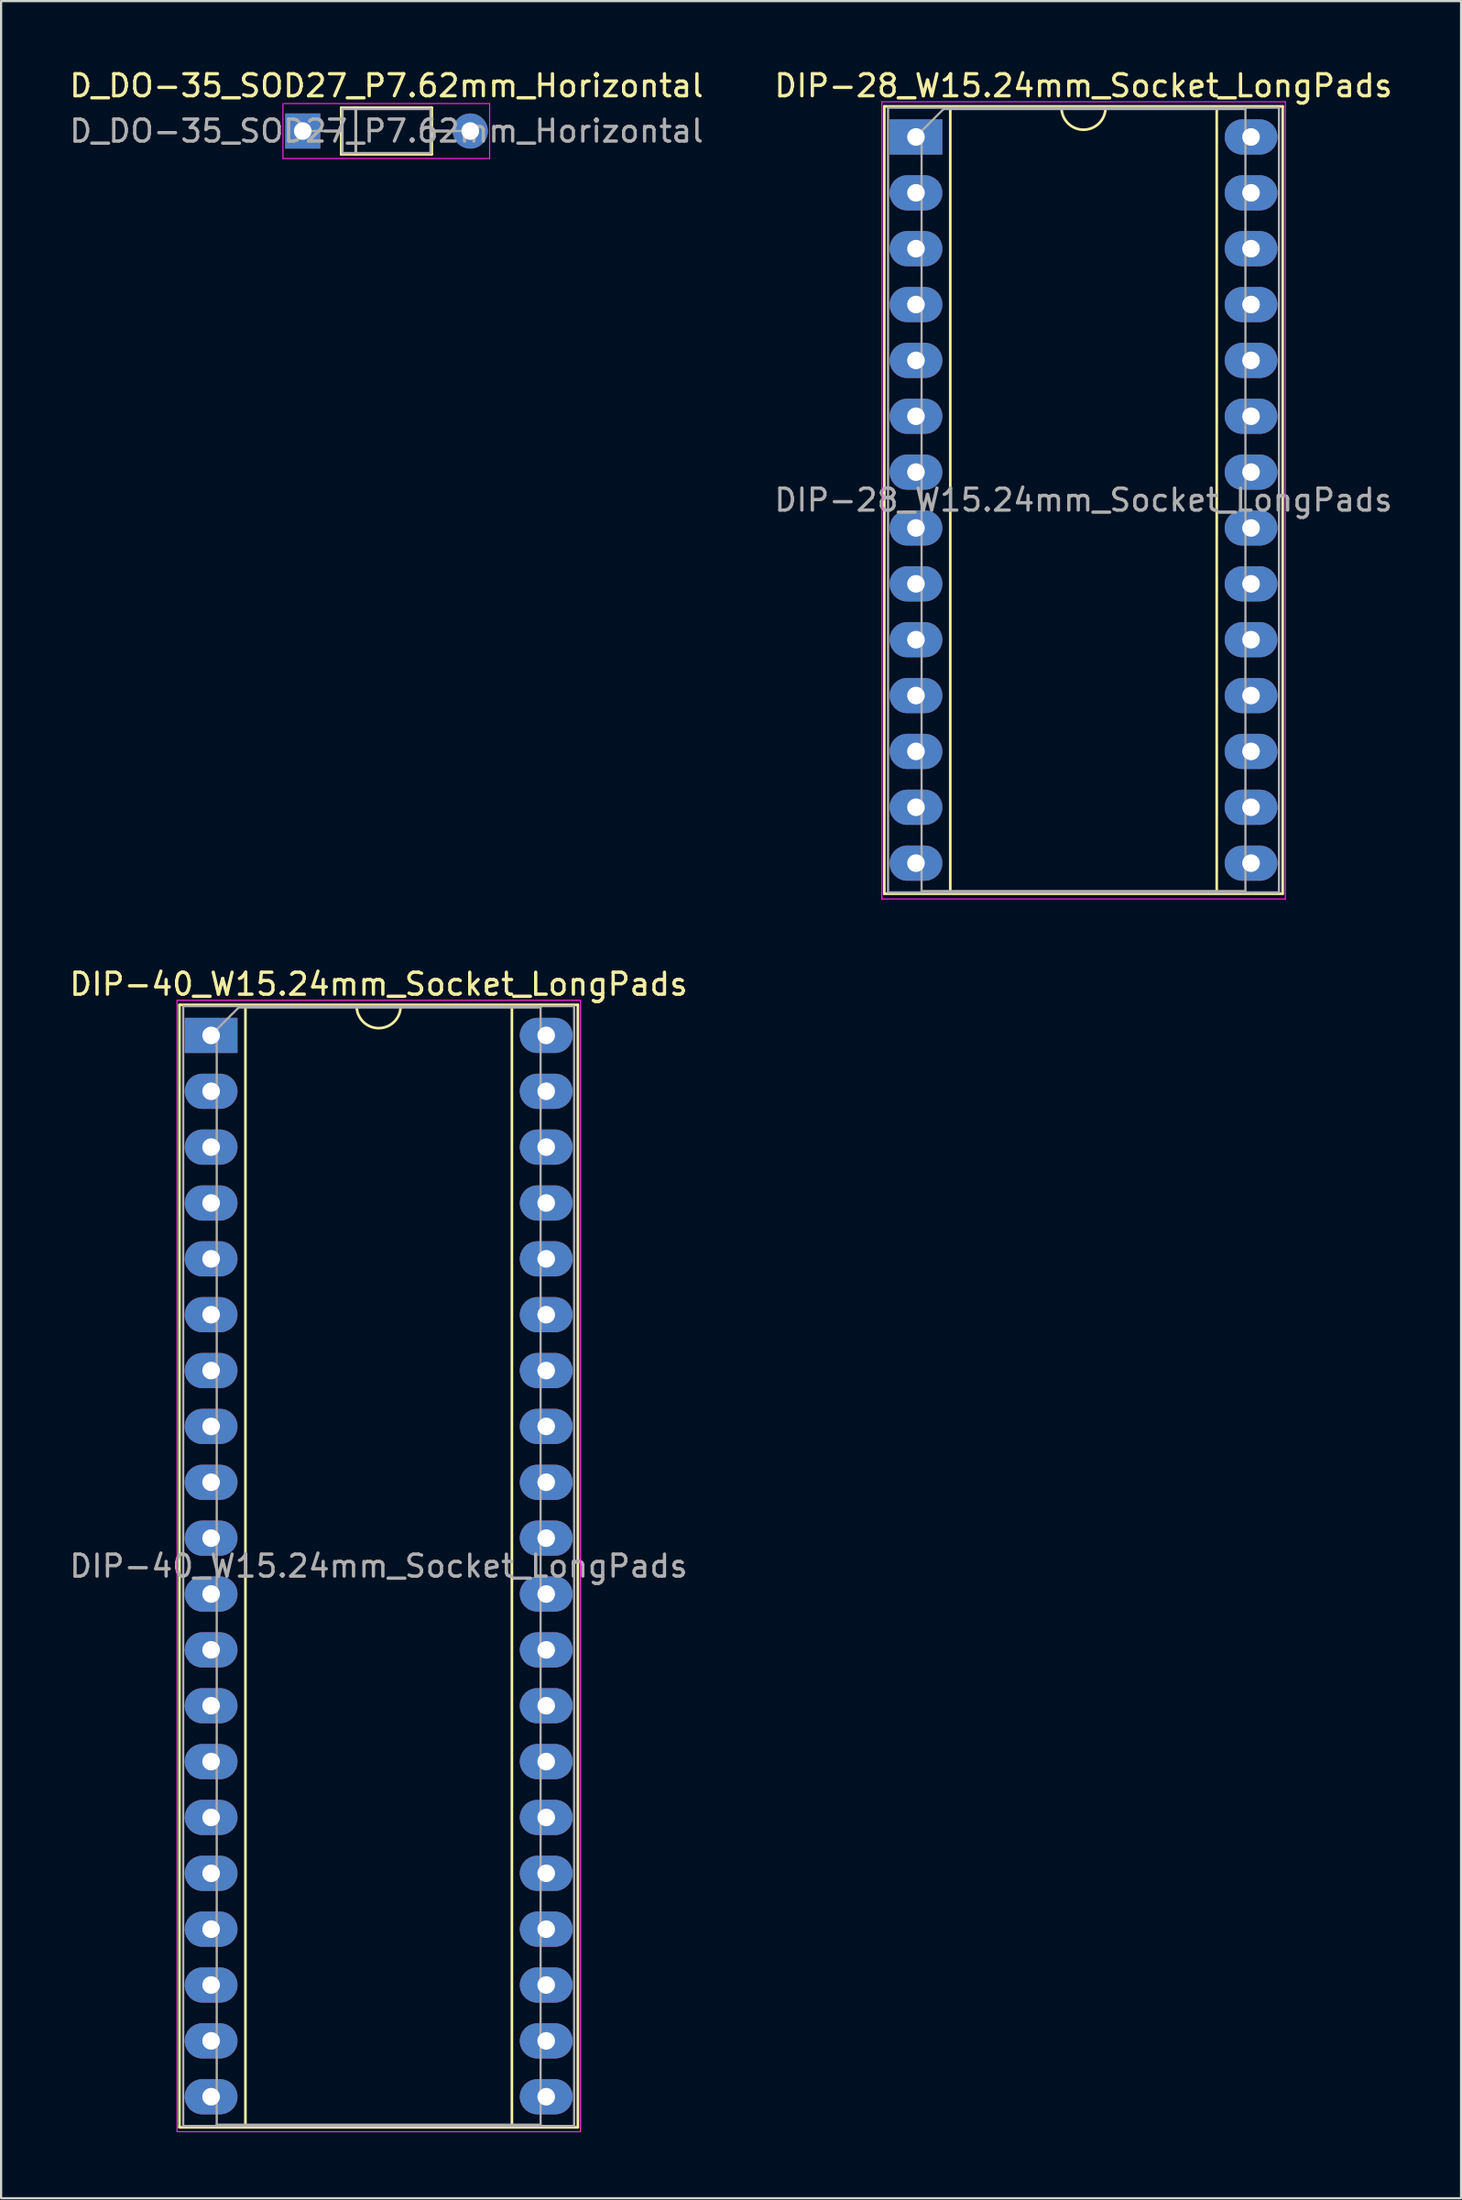
<source format=kicad_pcb>
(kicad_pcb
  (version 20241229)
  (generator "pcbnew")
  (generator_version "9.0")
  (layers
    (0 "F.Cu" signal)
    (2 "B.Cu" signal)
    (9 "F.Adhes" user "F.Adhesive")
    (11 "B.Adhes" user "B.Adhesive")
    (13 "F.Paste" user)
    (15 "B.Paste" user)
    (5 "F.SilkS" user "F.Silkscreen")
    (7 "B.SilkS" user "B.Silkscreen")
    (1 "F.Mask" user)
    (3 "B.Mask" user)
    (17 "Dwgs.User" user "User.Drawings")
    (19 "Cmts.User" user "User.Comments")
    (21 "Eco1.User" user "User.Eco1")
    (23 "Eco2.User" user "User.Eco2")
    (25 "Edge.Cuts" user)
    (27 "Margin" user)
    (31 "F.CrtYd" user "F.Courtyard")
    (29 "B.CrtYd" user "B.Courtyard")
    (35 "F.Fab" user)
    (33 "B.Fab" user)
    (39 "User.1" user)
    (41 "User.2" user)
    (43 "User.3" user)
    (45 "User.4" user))
  (footprint "DIP-28_W15.24mm_Socket_LongPads"
    (layer "F.Cu")
    (at 38.612 3.178)
    (property "Reference" "DIP-28_W15.24mm_Socket_LongPads" (at 7.62 -2.33 0) (layer "F.SilkS") (effects (font (size 1 1) (thickness 0.15))))
    (attr through_hole)
    (fp_line (start -1.44 -1.39) (end -1.44 34.41) (stroke (width 0.12) (type solid)) (layer "F.SilkS"))
    (fp_line (start -1.44 34.41) (end 16.68 34.41) (stroke (width 0.12) (type solid)) (layer "F.SilkS"))
    (fp_line (start 1.56 -1.33) (end 1.56 34.35) (stroke (width 0.12) (type solid)) (layer "F.SilkS"))
    (fp_line (start 1.56 34.35) (end 13.68 34.35) (stroke (width 0.12) (type solid)) (layer "F.SilkS"))
    (fp_line (start 6.62 -1.33) (end 1.56 -1.33) (stroke (width 0.12) (type solid)) (layer "F.SilkS"))
    (fp_line (start 13.68 -1.33) (end 8.62 -1.33) (stroke (width 0.12) (type solid)) (layer "F.SilkS"))
    (fp_line (start 13.68 34.35) (end 13.68 -1.33) (stroke (width 0.12) (type solid)) (layer "F.SilkS"))
    (fp_line (start 16.68 -1.39) (end -1.44 -1.39) (stroke (width 0.12) (type solid)) (layer "F.SilkS"))
    (fp_line (start 16.68 34.41) (end 16.68 -1.39) (stroke (width 0.12) (type solid)) (layer "F.SilkS"))
    (fp_arc (start 8.62 -1.33) (mid 7.62 -0.33) (end 6.62 -1.33) (stroke (width 0.12) (type solid)) (layer "F.SilkS"))
    (fp_line (start -1.55 -1.6) (end -1.55 34.65) (stroke (width 0.05) (type solid)) (layer "F.CrtYd"))
    (fp_line (start -1.55 34.65) (end 16.8 34.65) (stroke (width 0.05) (type solid)) (layer "F.CrtYd"))
    (fp_line (start 16.8 -1.6) (end -1.55 -1.6) (stroke (width 0.05) (type solid)) (layer "F.CrtYd"))
    (fp_line (start 16.8 34.65) (end 16.8 -1.6) (stroke (width 0.05) (type solid)) (layer "F.CrtYd"))
    (fp_line (start -1.27 -1.33) (end -1.27 34.35) (stroke (width 0.1) (type solid)) (layer "F.Fab"))
    (fp_line (start -1.27 34.35) (end 16.51 34.35) (stroke (width 0.1) (type solid)) (layer "F.Fab"))
    (fp_line (start 0.255 -0.27) (end 1.255 -1.27) (stroke (width 0.1) (type solid)) (layer "F.Fab"))
    (fp_line (start 0.255 34.29) (end 0.255 -0.27) (stroke (width 0.1) (type solid)) (layer "F.Fab"))
    (fp_line (start 1.255 -1.27) (end 14.985 -1.27) (stroke (width 0.1) (type solid)) (layer "F.Fab"))
    (fp_line (start 14.985 -1.27) (end 14.985 34.29) (stroke (width 0.1) (type solid)) (layer "F.Fab"))
    (fp_line (start 14.985 34.29) (end 0.255 34.29) (stroke (width 0.1) (type solid)) (layer "F.Fab"))
    (fp_line (start 16.51 -1.33) (end -1.27 -1.33) (stroke (width 0.1) (type solid)) (layer "F.Fab"))
    (fp_line (start 16.51 34.35) (end 16.51 -1.33) (stroke (width 0.1) (type solid)) (layer "F.Fab"))
    (fp_text user "${REFERENCE}" (at 7.62 16.51 0) (layer "F.Fab") (effects (font (size 1 1) (thickness 0.15))))
    (pad "1" thru_hole rect (at 0 0) (size 2.4 1.6) (drill 0.8) (layers "*.Cu" "*.Mask"))
    (pad "2" thru_hole oval (at 0 2.54) (size 2.4 1.6) (drill 0.8) (layers "*.Cu" "*.Mask"))
    (pad "3" thru_hole oval (at 0 5.08) (size 2.4 1.6) (drill 0.8) (layers "*.Cu" "*.Mask"))
    (pad "4" thru_hole oval (at 0 7.62) (size 2.4 1.6) (drill 0.8) (layers "*.Cu" "*.Mask"))
    (pad "5" thru_hole oval (at 0 10.16) (size 2.4 1.6) (drill 0.8) (layers "*.Cu" "*.Mask"))
    (pad "6" thru_hole oval (at 0 12.7) (size 2.4 1.6) (drill 0.8) (layers "*.Cu" "*.Mask"))
    (pad "7" thru_hole oval (at 0 15.24) (size 2.4 1.6) (drill 0.8) (layers "*.Cu" "*.Mask"))
    (pad "8" thru_hole oval (at 0 17.78) (size 2.4 1.6) (drill 0.8) (layers "*.Cu" "*.Mask"))
    (pad "9" thru_hole oval (at 0 20.32) (size 2.4 1.6) (drill 0.8) (layers "*.Cu" "*.Mask"))
    (pad "10" thru_hole oval (at 0 22.86) (size 2.4 1.6) (drill 0.8) (layers "*.Cu" "*.Mask"))
    (pad "11" thru_hole oval (at 0 25.4) (size 2.4 1.6) (drill 0.8) (layers "*.Cu" "*.Mask"))
    (pad "12" thru_hole oval (at 0 27.94) (size 2.4 1.6) (drill 0.8) (layers "*.Cu" "*.Mask"))
    (pad "13" thru_hole oval (at 0 30.48) (size 2.4 1.6) (drill 0.8) (layers "*.Cu" "*.Mask"))
    (pad "14" thru_hole oval (at 0 33.02) (size 2.4 1.6) (drill 0.8) (layers "*.Cu" "*.Mask"))
    (pad "15" thru_hole oval (at 15.24 33.02) (size 2.4 1.6) (drill 0.8) (layers "*.Cu" "*.Mask"))
    (pad "16" thru_hole oval (at 15.24 30.48) (size 2.4 1.6) (drill 0.8) (layers "*.Cu" "*.Mask"))
    (pad "17" thru_hole oval (at 15.24 27.94) (size 2.4 1.6) (drill 0.8) (layers "*.Cu" "*.Mask"))
    (pad "18" thru_hole oval (at 15.24 25.4) (size 2.4 1.6) (drill 0.8) (layers "*.Cu" "*.Mask"))
    (pad "19" thru_hole oval (at 15.24 22.86) (size 2.4 1.6) (drill 0.8) (layers "*.Cu" "*.Mask"))
    (pad "20" thru_hole oval (at 15.24 20.32) (size 2.4 1.6) (drill 0.8) (layers "*.Cu" "*.Mask"))
    (pad "21" thru_hole oval (at 15.24 17.78) (size 2.4 1.6) (drill 0.8) (layers "*.Cu" "*.Mask"))
    (pad "22" thru_hole oval (at 15.24 15.24) (size 2.4 1.6) (drill 0.8) (layers "*.Cu" "*.Mask"))
    (pad "23" thru_hole oval (at 15.24 12.7) (size 2.4 1.6) (drill 0.8) (layers "*.Cu" "*.Mask"))
    (pad "24" thru_hole oval (at 15.24 10.16) (size 2.4 1.6) (drill 0.8) (layers "*.Cu" "*.Mask"))
    (pad "25" thru_hole oval (at 15.24 7.62) (size 2.4 1.6) (drill 0.8) (layers "*.Cu" "*.Mask"))
    (pad "26" thru_hole oval (at 15.24 5.08) (size 2.4 1.6) (drill 0.8) (layers "*.Cu" "*.Mask"))
    (pad "27" thru_hole oval (at 15.24 2.54) (size 2.4 1.6) (drill 0.8) (layers "*.Cu" "*.Mask"))
    (pad "28" thru_hole oval (at 15.24 0) (size 2.4 1.6) (drill 0.8) (layers "*.Cu" "*.Mask")))
  (footprint "D_DO-35_SOD27_P7.62mm_Horizontal"
    (layer "F.Cu")
    (at 10.72 2.908)
    (property "Reference" "D_DO-35_SOD27_P7.62mm_Horizontal" (at 3.81 -2.06 0) (layer "F.SilkS") (effects (font (size 1 1) (thickness 0.15))))
    (attr through_hole)
    (fp_line (start 0.98 0) (end 1.75 0) (stroke (width 0.12) (type solid)) (layer "F.SilkS"))
    (fp_line (start 1.75 -1.06) (end 1.75 1.06) (stroke (width 0.12) (type solid)) (layer "F.SilkS"))
    (fp_line (start 1.75 1.06) (end 5.87 1.06) (stroke (width 0.12) (type solid)) (layer "F.SilkS"))
    (fp_line (start 2.41 -1.06) (end 2.41 1.06) (stroke (width 0.12) (type solid)) (layer "F.SilkS"))
    (fp_line (start 5.87 -1.06) (end 1.75 -1.06) (stroke (width 0.12) (type solid)) (layer "F.SilkS"))
    (fp_line (start 5.87 1.06) (end 5.87 -1.06) (stroke (width 0.12) (type solid)) (layer "F.SilkS"))
    (fp_line (start 6.64 0) (end 5.87 0) (stroke (width 0.12) (type solid)) (layer "F.SilkS"))
    (fp_line (start -0.9 1.25) (end -0.9 -1.25) (stroke (width 0.05) (type solid)) (layer "F.CrtYd"))
    (fp_line (start -0.85 -1.25) (end 8.5 -1.25) (stroke (width 0.05) (type solid)) (layer "F.CrtYd"))
    (fp_line (start 8.5 -1.25) (end 8.5 1.25) (stroke (width 0.05) (type solid)) (layer "F.CrtYd"))
    (fp_line (start 8.5 1.25) (end -0.9 1.25) (stroke (width 0.05) (type solid)) (layer "F.CrtYd"))
    (fp_line (start 0 0) (end 1.81 0) (stroke (width 0.1) (type solid)) (layer "F.Fab"))
    (fp_line (start 1.81 -1) (end 1.81 1) (stroke (width 0.1) (type solid)) (layer "F.Fab"))
    (fp_line (start 1.81 1) (end 5.81 1) (stroke (width 0.1) (type solid)) (layer "F.Fab"))
    (fp_line (start 2.41 -1) (end 2.41 1) (stroke (width 0.1) (type solid)) (layer "F.Fab"))
    (fp_line (start 5.81 -1) (end 1.81 -1) (stroke (width 0.1) (type solid)) (layer "F.Fab"))
    (fp_line (start 5.81 1) (end 5.81 -1) (stroke (width 0.1) (type solid)) (layer "F.Fab"))
    (fp_line (start 7.62 0) (end 5.81 0) (stroke (width 0.1) (type solid)) (layer "F.Fab"))
    (fp_text user "${REFERENCE}" (at 3.81 0 0) (layer "F.Fab") (effects (font (size 1 1) (thickness 0.15))))
    (pad "1" thru_hole rect (at 0 0) (size 1.6 1.6) (drill 0.8) (layers "*.Cu" "*.Mask"))
    (pad "2" thru_hole oval (at 7.62 0) (size 1.6 1.6) (drill 0.8) (layers "*.Cu" "*.Mask")))
  (footprint "DIP-40_W15.24mm_Socket_LongPads"
    (layer "F.Cu")
    (at 6.553 44.032)
    (property "Reference" "DIP-40_W15.24mm_Socket_LongPads" (at 7.62 -2.33 0) (layer "F.SilkS") (effects (font (size 1 1) (thickness 0.15))))
    (attr through_hole)
    (fp_line (start -1.44 -1.39) (end -1.44 49.65) (stroke (width 0.12) (type solid)) (layer "F.SilkS"))
    (fp_line (start -1.44 49.65) (end 16.68 49.65) (stroke (width 0.12) (type solid)) (layer "F.SilkS"))
    (fp_line (start 1.56 -1.33) (end 1.56 49.59) (stroke (width 0.12) (type solid)) (layer "F.SilkS"))
    (fp_line (start 1.56 49.59) (end 13.68 49.59) (stroke (width 0.12) (type solid)) (layer "F.SilkS"))
    (fp_line (start 6.62 -1.33) (end 1.56 -1.33) (stroke (width 0.12) (type solid)) (layer "F.SilkS"))
    (fp_line (start 13.68 -1.33) (end 8.62 -1.33) (stroke (width 0.12) (type solid)) (layer "F.SilkS"))
    (fp_line (start 13.68 49.59) (end 13.68 -1.33) (stroke (width 0.12) (type solid)) (layer "F.SilkS"))
    (fp_line (start 16.68 -1.39) (end -1.44 -1.39) (stroke (width 0.12) (type solid)) (layer "F.SilkS"))
    (fp_line (start 16.68 49.65) (end 16.68 -1.39) (stroke (width 0.12) (type solid)) (layer "F.SilkS"))
    (fp_arc (start 8.62 -1.33) (mid 7.62 -0.33) (end 6.62 -1.33) (stroke (width 0.12) (type solid)) (layer "F.SilkS"))
    (fp_line (start -1.55 -1.6) (end -1.55 49.85) (stroke (width 0.05) (type solid)) (layer "F.CrtYd"))
    (fp_line (start -1.55 49.85) (end 16.8 49.85) (stroke (width 0.05) (type solid)) (layer "F.CrtYd"))
    (fp_line (start 16.8 -1.6) (end -1.55 -1.6) (stroke (width 0.05) (type solid)) (layer "F.CrtYd"))
    (fp_line (start 16.8 49.85) (end 16.8 -1.6) (stroke (width 0.05) (type solid)) (layer "F.CrtYd"))
    (fp_line (start -1.27 -1.33) (end -1.27 49.59) (stroke (width 0.1) (type solid)) (layer "F.Fab"))
    (fp_line (start -1.27 49.59) (end 16.51 49.59) (stroke (width 0.1) (type solid)) (layer "F.Fab"))
    (fp_line (start 0.255 -0.27) (end 1.255 -1.27) (stroke (width 0.1) (type solid)) (layer "F.Fab"))
    (fp_line (start 0.255 49.53) (end 0.255 -0.27) (stroke (width 0.1) (type solid)) (layer "F.Fab"))
    (fp_line (start 1.255 -1.27) (end 14.985 -1.27) (stroke (width 0.1) (type solid)) (layer "F.Fab"))
    (fp_line (start 14.985 -1.27) (end 14.985 49.53) (stroke (width 0.1) (type solid)) (layer "F.Fab"))
    (fp_line (start 14.985 49.53) (end 0.255 49.53) (stroke (width 0.1) (type solid)) (layer "F.Fab"))
    (fp_line (start 16.51 -1.33) (end -1.27 -1.33) (stroke (width 0.1) (type solid)) (layer "F.Fab"))
    (fp_line (start 16.51 49.59) (end 16.51 -1.33) (stroke (width 0.1) (type solid)) (layer "F.Fab"))
    (fp_text user "${REFERENCE}" (at 7.62 24.13 0) (layer "F.Fab") (effects (font (size 1 1) (thickness 0.15))))
    (pad "1" thru_hole rect (at 0 0) (size 2.4 1.6) (drill 0.8) (layers "*.Cu" "*.Mask"))
    (pad "2" thru_hole oval (at 0 2.54) (size 2.4 1.6) (drill 0.8) (layers "*.Cu" "*.Mask"))
    (pad "3" thru_hole oval (at 0 5.08) (size 2.4 1.6) (drill 0.8) (layers "*.Cu" "*.Mask"))
    (pad "4" thru_hole oval (at 0 7.62) (size 2.4 1.6) (drill 0.8) (layers "*.Cu" "*.Mask"))
    (pad "5" thru_hole oval (at 0 10.16) (size 2.4 1.6) (drill 0.8) (layers "*.Cu" "*.Mask"))
    (pad "6" thru_hole oval (at 0 12.7) (size 2.4 1.6) (drill 0.8) (layers "*.Cu" "*.Mask"))
    (pad "7" thru_hole oval (at 0 15.24) (size 2.4 1.6) (drill 0.8) (layers "*.Cu" "*.Mask"))
    (pad "8" thru_hole oval (at 0 17.78) (size 2.4 1.6) (drill 0.8) (layers "*.Cu" "*.Mask"))
    (pad "9" thru_hole oval (at 0 20.32) (size 2.4 1.6) (drill 0.8) (layers "*.Cu" "*.Mask"))
    (pad "10" thru_hole oval (at 0 22.86) (size 2.4 1.6) (drill 0.8) (layers "*.Cu" "*.Mask"))
    (pad "11" thru_hole oval (at 0 25.4) (size 2.4 1.6) (drill 0.8) (layers "*.Cu" "*.Mask"))
    (pad "12" thru_hole oval (at 0 27.94) (size 2.4 1.6) (drill 0.8) (layers "*.Cu" "*.Mask"))
    (pad "13" thru_hole oval (at 0 30.48) (size 2.4 1.6) (drill 0.8) (layers "*.Cu" "*.Mask"))
    (pad "14" thru_hole oval (at 0 33.02) (size 2.4 1.6) (drill 0.8) (layers "*.Cu" "*.Mask"))
    (pad "15" thru_hole oval (at 0 35.56) (size 2.4 1.6) (drill 0.8) (layers "*.Cu" "*.Mask"))
    (pad "16" thru_hole oval (at 0 38.1) (size 2.4 1.6) (drill 0.8) (layers "*.Cu" "*.Mask"))
    (pad "17" thru_hole oval (at 0 40.64) (size 2.4 1.6) (drill 0.8) (layers "*.Cu" "*.Mask"))
    (pad "18" thru_hole oval (at 0 43.18) (size 2.4 1.6) (drill 0.8) (layers "*.Cu" "*.Mask"))
    (pad "19" thru_hole oval (at 0 45.72) (size 2.4 1.6) (drill 0.8) (layers "*.Cu" "*.Mask"))
    (pad "20" thru_hole oval (at 0 48.26) (size 2.4 1.6) (drill 0.8) (layers "*.Cu" "*.Mask"))
    (pad "21" thru_hole oval (at 15.24 48.26) (size 2.4 1.6) (drill 0.8) (layers "*.Cu" "*.Mask"))
    (pad "22" thru_hole oval (at 15.24 45.72) (size 2.4 1.6) (drill 0.8) (layers "*.Cu" "*.Mask"))
    (pad "23" thru_hole oval (at 15.24 43.18) (size 2.4 1.6) (drill 0.8) (layers "*.Cu" "*.Mask"))
    (pad "24" thru_hole oval (at 15.24 40.64) (size 2.4 1.6) (drill 0.8) (layers "*.Cu" "*.Mask"))
    (pad "25" thru_hole oval (at 15.24 38.1) (size 2.4 1.6) (drill 0.8) (layers "*.Cu" "*.Mask"))
    (pad "26" thru_hole oval (at 15.24 35.56) (size 2.4 1.6) (drill 0.8) (layers "*.Cu" "*.Mask"))
    (pad "27" thru_hole oval (at 15.24 33.02) (size 2.4 1.6) (drill 0.8) (layers "*.Cu" "*.Mask"))
    (pad "28" thru_hole oval (at 15.24 30.48) (size 2.4 1.6) (drill 0.8) (layers "*.Cu" "*.Mask"))
    (pad "29" thru_hole oval (at 15.24 27.94) (size 2.4 1.6) (drill 0.8) (layers "*.Cu" "*.Mask"))
    (pad "30" thru_hole oval (at 15.24 25.4) (size 2.4 1.6) (drill 0.8) (layers "*.Cu" "*.Mask"))
    (pad "31" thru_hole oval (at 15.24 22.86) (size 2.4 1.6) (drill 0.8) (layers "*.Cu" "*.Mask"))
    (pad "32" thru_hole oval (at 15.24 20.32) (size 2.4 1.6) (drill 0.8) (layers "*.Cu" "*.Mask"))
    (pad "33" thru_hole oval (at 15.24 17.78) (size 2.4 1.6) (drill 0.8) (layers "*.Cu" "*.Mask"))
    (pad "34" thru_hole oval (at 15.24 15.24) (size 2.4 1.6) (drill 0.8) (layers "*.Cu" "*.Mask"))
    (pad "35" thru_hole oval (at 15.24 12.7) (size 2.4 1.6) (drill 0.8) (layers "*.Cu" "*.Mask"))
    (pad "36" thru_hole oval (at 15.24 10.16) (size 2.4 1.6) (drill 0.8) (layers "*.Cu" "*.Mask"))
    (pad "37" thru_hole oval (at 15.24 7.62) (size 2.4 1.6) (drill 0.8) (layers "*.Cu" "*.Mask"))
    (pad "38" thru_hole oval (at 15.24 5.08) (size 2.4 1.6) (drill 0.8) (layers "*.Cu" "*.Mask"))
    (pad "39" thru_hole oval (at 15.24 2.54) (size 2.4 1.6) (drill 0.8) (layers "*.Cu" "*.Mask"))
    (pad "40" thru_hole oval (at 15.24 0) (size 2.4 1.6) (drill 0.8) (layers "*.Cu" "*.Mask")))
  (gr_rect
    (start -3 -3)
    (end 63.405 96.906)
    (stroke (width 0.1) (type default))
    (fill no)
    (layer "Edge.Cuts")))
</source>
